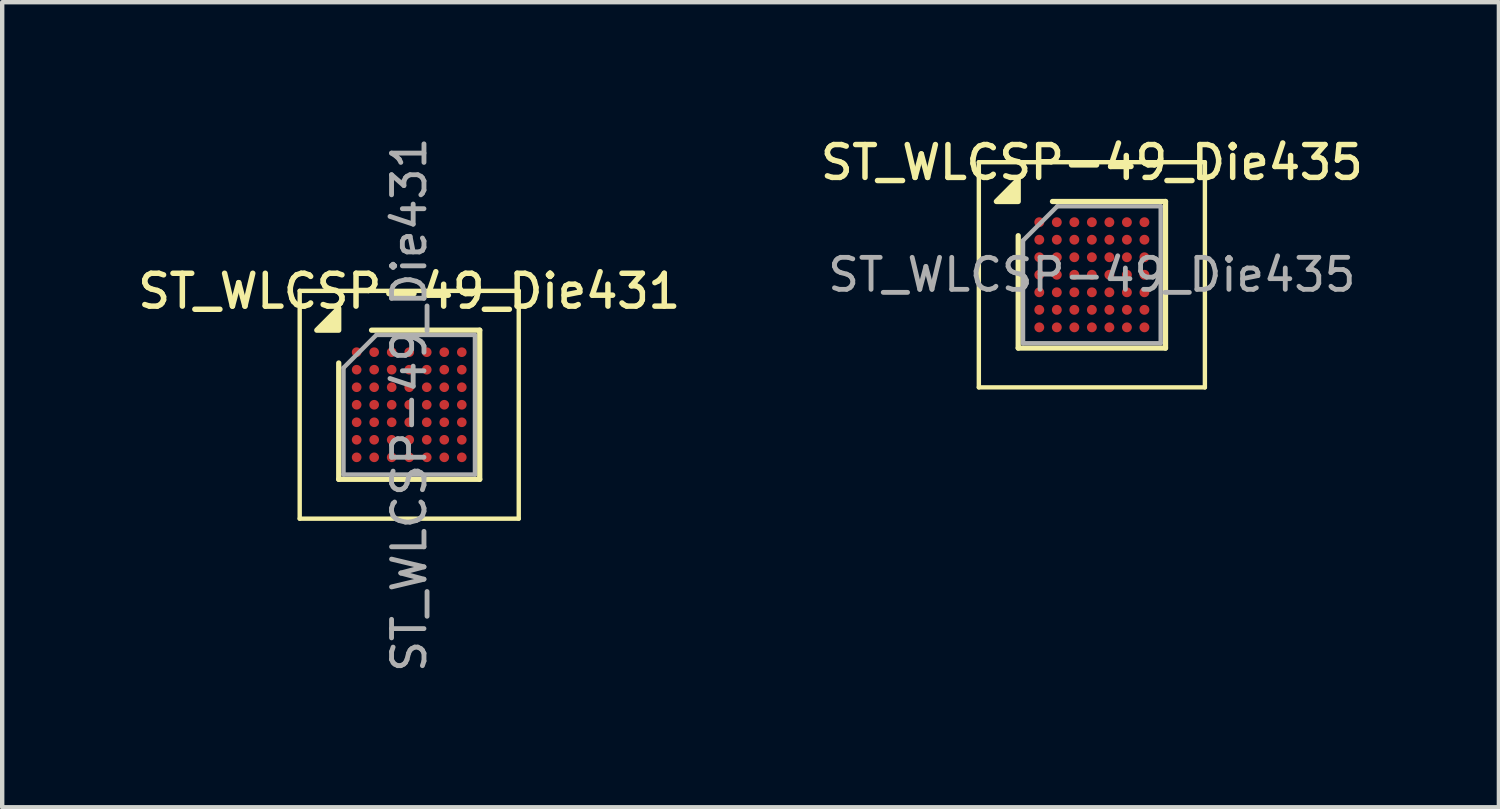
<source format=kicad_pcb>
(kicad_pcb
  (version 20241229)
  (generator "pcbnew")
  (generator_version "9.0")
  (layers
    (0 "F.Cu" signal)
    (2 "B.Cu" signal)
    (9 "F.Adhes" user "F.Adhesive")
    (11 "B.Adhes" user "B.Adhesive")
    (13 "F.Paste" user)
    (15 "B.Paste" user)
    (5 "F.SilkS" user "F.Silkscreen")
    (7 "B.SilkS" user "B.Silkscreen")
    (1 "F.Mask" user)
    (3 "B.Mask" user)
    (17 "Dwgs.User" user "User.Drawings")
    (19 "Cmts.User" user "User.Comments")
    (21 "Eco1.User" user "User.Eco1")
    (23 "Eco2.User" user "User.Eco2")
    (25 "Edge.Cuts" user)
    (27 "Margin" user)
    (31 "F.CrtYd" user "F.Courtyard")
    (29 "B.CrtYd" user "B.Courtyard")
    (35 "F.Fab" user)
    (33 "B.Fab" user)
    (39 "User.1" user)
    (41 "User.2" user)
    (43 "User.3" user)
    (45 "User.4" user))
  (footprint "ST_WLCSP-49_Die431"
    (layer "F.Cu")
    (at 6.291 6.189)
    (property "Reference" "ST_WLCSP-49_Die431" (at 0 -2.592 0) (layer "F.SilkS") (effects (font (size 0.75 0.75) (thickness 0.125))))
    (attr smd)
    (fp_line (start -2.5 -2.6) (end -2.5 2.6) (stroke (width 0.1) (type solid)) (layer "F.SilkS"))
    (fp_line (start -2.5 2.6) (end 2.5 2.6) (stroke (width 0.1) (type solid)) (layer "F.SilkS"))
    (fp_line (start -1.609 1.702) (end -1.609 -0.953) (stroke (width 0.12) (type solid)) (layer "F.SilkS"))
    (fp_line (start -0.86 -1.702) (end 1.609 -1.702) (stroke (width 0.12) (type solid)) (layer "F.SilkS"))
    (fp_line (start 1.609 -1.702) (end 1.609 1.702) (stroke (width 0.12) (type solid)) (layer "F.SilkS"))
    (fp_line (start 1.609 1.702) (end -1.609 1.702) (stroke (width 0.12) (type solid)) (layer "F.SilkS"))
    (fp_line (start 2.5 -2.6) (end -2.5 -2.6) (stroke (width 0.1) (type solid)) (layer "F.SilkS"))
    (fp_line (start 2.5 2.6) (end 2.5 -2.6) (stroke (width 0.1) (type solid)) (layer "F.SilkS"))
    (fp_poly (pts (xy -1.609 -1.702) (xy -2.11 -1.702) (xy -1.609 -2.203) (xy -1.609 -1.702)) (stroke (width 0.12) (type solid)) (fill yes) (layer "F.SilkS"))
    (fp_line (start -1.5 -0.843) (end -0.75 -1.593) (stroke (width 0.1) (type solid)) (layer "F.Fab"))
    (fp_line (start -1.5 1.593) (end -1.5 -0.843) (stroke (width 0.1) (type solid)) (layer "F.Fab"))
    (fp_line (start -0.75 -1.593) (end 1.5 -1.593) (stroke (width 0.1) (type solid)) (layer "F.Fab"))
    (fp_line (start 1.5 -1.593) (end 1.5 1.593) (stroke (width 0.1) (type solid)) (layer "F.Fab"))
    (fp_line (start 1.5 1.593) (end -1.5 1.593) (stroke (width 0.1) (type solid)) (layer "F.Fab"))
    (fp_text user "${REFERENCE}" (at 0 0 270) (layer "F.Fab") (effects (font (size 0.74 0.74) (thickness 0.111))))
    (pad "A1" smd circle (at -1.2 -1.2) (size 0.22 0.22) (property pad_prop_bga) (layers "F.Cu" "F.Mask" "F.Paste"))
    (pad "A2" smd circle (at -0.8 -1.2) (size 0.22 0.22) (property pad_prop_bga) (layers "F.Cu" "F.Mask" "F.Paste"))
    (pad "A3" smd circle (at -0.4 -1.2) (size 0.22 0.22) (property pad_prop_bga) (layers "F.Cu" "F.Mask" "F.Paste"))
    (pad "A4" smd circle (at 0 -1.2) (size 0.22 0.22) (property pad_prop_bga) (layers "F.Cu" "F.Mask" "F.Paste"))
    (pad "A5" smd circle (at 0.4 -1.2) (size 0.22 0.22) (property pad_prop_bga) (layers "F.Cu" "F.Mask" "F.Paste"))
    (pad "A6" smd circle (at 0.8 -1.2) (size 0.22 0.22) (property pad_prop_bga) (layers "F.Cu" "F.Mask" "F.Paste"))
    (pad "A7" smd circle (at 1.2 -1.2) (size 0.22 0.22) (property pad_prop_bga) (layers "F.Cu" "F.Mask" "F.Paste"))
    (pad "B1" smd circle (at -1.2 -0.8) (size 0.22 0.22) (property pad_prop_bga) (layers "F.Cu" "F.Mask" "F.Paste"))
    (pad "B2" smd circle (at -0.8 -0.8) (size 0.22 0.22) (property pad_prop_bga) (layers "F.Cu" "F.Mask" "F.Paste"))
    (pad "B3" smd circle (at -0.4 -0.8) (size 0.22 0.22) (property pad_prop_bga) (layers "F.Cu" "F.Mask" "F.Paste"))
    (pad "B4" smd circle (at 0 -0.8) (size 0.22 0.22) (property pad_prop_bga) (layers "F.Cu" "F.Mask" "F.Paste"))
    (pad "B5" smd circle (at 0.4 -0.8) (size 0.22 0.22) (property pad_prop_bga) (layers "F.Cu" "F.Mask" "F.Paste"))
    (pad "B6" smd circle (at 0.8 -0.8) (size 0.22 0.22) (property pad_prop_bga) (layers "F.Cu" "F.Mask" "F.Paste"))
    (pad "B7" smd circle (at 1.2 -0.8) (size 0.22 0.22) (property pad_prop_bga) (layers "F.Cu" "F.Mask" "F.Paste"))
    (pad "C1" smd circle (at -1.2 -0.4) (size 0.22 0.22) (property pad_prop_bga) (layers "F.Cu" "F.Mask" "F.Paste"))
    (pad "C2" smd circle (at -0.8 -0.4) (size 0.22 0.22) (property pad_prop_bga) (layers "F.Cu" "F.Mask" "F.Paste"))
    (pad "C3" smd circle (at -0.4 -0.4) (size 0.22 0.22) (property pad_prop_bga) (layers "F.Cu" "F.Mask" "F.Paste"))
    (pad "C4" smd circle (at 0 -0.4) (size 0.22 0.22) (property pad_prop_bga) (layers "F.Cu" "F.Mask" "F.Paste"))
    (pad "C5" smd circle (at 0.4 -0.4) (size 0.22 0.22) (property pad_prop_bga) (layers "F.Cu" "F.Mask" "F.Paste"))
    (pad "C6" smd circle (at 0.8 -0.4) (size 0.22 0.22) (property pad_prop_bga) (layers "F.Cu" "F.Mask" "F.Paste"))
    (pad "C7" smd circle (at 1.2 -0.4) (size 0.22 0.22) (property pad_prop_bga) (layers "F.Cu" "F.Mask" "F.Paste"))
    (pad "D1" smd circle (at -1.2 0) (size 0.22 0.22) (property pad_prop_bga) (layers "F.Cu" "F.Mask" "F.Paste"))
    (pad "D2" smd circle (at -0.8 0) (size 0.22 0.22) (property pad_prop_bga) (layers "F.Cu" "F.Mask" "F.Paste"))
    (pad "D3" smd circle (at -0.4 0) (size 0.22 0.22) (property pad_prop_bga) (layers "F.Cu" "F.Mask" "F.Paste"))
    (pad "D4" smd circle (at 0 0) (size 0.22 0.22) (property pad_prop_bga) (layers "F.Cu" "F.Mask" "F.Paste"))
    (pad "D5" smd circle (at 0.4 0) (size 0.22 0.22) (property pad_prop_bga) (layers "F.Cu" "F.Mask" "F.Paste"))
    (pad "D6" smd circle (at 0.8 0) (size 0.22 0.22) (property pad_prop_bga) (layers "F.Cu" "F.Mask" "F.Paste"))
    (pad "D7" smd circle (at 1.2 0) (size 0.22 0.22) (property pad_prop_bga) (layers "F.Cu" "F.Mask" "F.Paste"))
    (pad "E1" smd circle (at -1.2 0.4) (size 0.22 0.22) (property pad_prop_bga) (layers "F.Cu" "F.Mask" "F.Paste"))
    (pad "E2" smd circle (at -0.8 0.4) (size 0.22 0.22) (property pad_prop_bga) (layers "F.Cu" "F.Mask" "F.Paste"))
    (pad "E3" smd circle (at -0.4 0.4) (size 0.22 0.22) (property pad_prop_bga) (layers "F.Cu" "F.Mask" "F.Paste"))
    (pad "E4" smd circle (at 0 0.4) (size 0.22 0.22) (property pad_prop_bga) (layers "F.Cu" "F.Mask" "F.Paste"))
    (pad "E5" smd circle (at 0.4 0.4) (size 0.22 0.22) (property pad_prop_bga) (layers "F.Cu" "F.Mask" "F.Paste"))
    (pad "E6" smd circle (at 0.8 0.4) (size 0.22 0.22) (property pad_prop_bga) (layers "F.Cu" "F.Mask" "F.Paste"))
    (pad "E7" smd circle (at 1.2 0.4) (size 0.22 0.22) (property pad_prop_bga) (layers "F.Cu" "F.Mask" "F.Paste"))
    (pad "F1" smd circle (at -1.2 0.8) (size 0.22 0.22) (property pad_prop_bga) (layers "F.Cu" "F.Mask" "F.Paste"))
    (pad "F2" smd circle (at -0.8 0.8) (size 0.22 0.22) (property pad_prop_bga) (layers "F.Cu" "F.Mask" "F.Paste"))
    (pad "F3" smd circle (at -0.4 0.8) (size 0.22 0.22) (property pad_prop_bga) (layers "F.Cu" "F.Mask" "F.Paste"))
    (pad "F4" smd circle (at 0 0.8) (size 0.22 0.22) (property pad_prop_bga) (layers "F.Cu" "F.Mask" "F.Paste"))
    (pad "F5" smd circle (at 0.4 0.8) (size 0.22 0.22) (property pad_prop_bga) (layers "F.Cu" "F.Mask" "F.Paste"))
    (pad "F6" smd circle (at 0.8 0.8) (size 0.22 0.22) (property pad_prop_bga) (layers "F.Cu" "F.Mask" "F.Paste"))
    (pad "F7" smd circle (at 1.2 0.8) (size 0.22 0.22) (property pad_prop_bga) (layers "F.Cu" "F.Mask" "F.Paste"))
    (pad "G1" smd circle (at -1.2 1.2) (size 0.22 0.22) (property pad_prop_bga) (layers "F.Cu" "F.Mask" "F.Paste"))
    (pad "G2" smd circle (at -0.8 1.2) (size 0.22 0.22) (property pad_prop_bga) (layers "F.Cu" "F.Mask" "F.Paste"))
    (pad "G3" smd circle (at -0.4 1.2) (size 0.22 0.22) (property pad_prop_bga) (layers "F.Cu" "F.Mask" "F.Paste"))
    (pad "G4" smd circle (at 0 1.2) (size 0.22 0.22) (property pad_prop_bga) (layers "F.Cu" "F.Mask" "F.Paste"))
    (pad "G5" smd circle (at 0.4 1.2) (size 0.22 0.22) (property pad_prop_bga) (layers "F.Cu" "F.Mask" "F.Paste"))
    (pad "G6" smd circle (at 0.8 1.2) (size 0.22 0.22) (property pad_prop_bga) (layers "F.Cu" "F.Mask" "F.Paste"))
    (pad "G7" smd circle (at 1.2 1.2) (size 0.22 0.22) (property pad_prop_bga) (layers "F.Cu" "F.Mask" "F.Paste")))
  (footprint "ST_WLCSP-49_Die435"
    (layer "F.Cu")
    (at 21.873 3.222)
    (property "Reference" "ST_WLCSP-49_Die435" (at 0 -2.563 0) (layer "F.SilkS") (effects (font (size 0.75 0.75) (thickness 0.125))))
    (attr smd)
    (fp_line (start -2.58 -2.57) (end -2.58 2.57) (stroke (width 0.1) (type solid)) (layer "F.SilkS"))
    (fp_line (start -2.58 2.57) (end 2.58 2.57) (stroke (width 0.1) (type solid)) (layer "F.SilkS"))
    (fp_line (start -1.681 1.673) (end -1.681 -0.892) (stroke (width 0.12) (type solid)) (layer "F.SilkS"))
    (fp_line (start -0.899 -1.673) (end 1.681 -1.673) (stroke (width 0.12) (type solid)) (layer "F.SilkS"))
    (fp_line (start 1.681 -1.673) (end 1.681 1.673) (stroke (width 0.12) (type solid)) (layer "F.SilkS"))
    (fp_line (start 1.681 1.673) (end -1.681 1.673) (stroke (width 0.12) (type solid)) (layer "F.SilkS"))
    (fp_line (start 2.58 -2.57) (end -2.58 -2.57) (stroke (width 0.1) (type solid)) (layer "F.SilkS"))
    (fp_line (start 2.58 2.57) (end 2.58 -2.57) (stroke (width 0.1) (type solid)) (layer "F.SilkS"))
    (fp_poly (pts (xy -1.681 -1.673) (xy -2.18 -1.673) (xy -1.681 -2.174) (xy -1.681 -1.673)) (stroke (width 0.12) (type solid)) (fill yes) (layer "F.SilkS"))
    (fp_line (start -1.571 -0.782) (end -0.789 -1.563) (stroke (width 0.1) (type solid)) (layer "F.Fab"))
    (fp_line (start -1.571 1.563) (end -1.571 -0.782) (stroke (width 0.1) (type solid)) (layer "F.Fab"))
    (fp_line (start -0.789 -1.563) (end 1.571 -1.563) (stroke (width 0.1) (type solid)) (layer "F.Fab"))
    (fp_line (start 1.571 -1.563) (end 1.571 1.563) (stroke (width 0.1) (type solid)) (layer "F.Fab"))
    (fp_line (start 1.571 1.563) (end -1.571 1.563) (stroke (width 0.1) (type solid)) (layer "F.Fab"))
    (fp_text user "${REFERENCE}" (at 0 0 0) (layer "F.Fab") (effects (font (size 0.73 0.73) (thickness 0.11))))
    (pad "A1" smd circle (at -1.2 -1.2) (size 0.225 0.225) (property pad_prop_bga) (layers "F.Cu" "F.Mask" "F.Paste"))
    (pad "A2" smd circle (at -0.8 -1.2) (size 0.225 0.225) (property pad_prop_bga) (layers "F.Cu" "F.Mask" "F.Paste"))
    (pad "A3" smd circle (at -0.4 -1.2) (size 0.225 0.225) (property pad_prop_bga) (layers "F.Cu" "F.Mask" "F.Paste"))
    (pad "A4" smd circle (at 0 -1.2) (size 0.225 0.225) (property pad_prop_bga) (layers "F.Cu" "F.Mask" "F.Paste"))
    (pad "A5" smd circle (at 0.4 -1.2) (size 0.225 0.225) (property pad_prop_bga) (layers "F.Cu" "F.Mask" "F.Paste"))
    (pad "A6" smd circle (at 0.8 -1.2) (size 0.225 0.225) (property pad_prop_bga) (layers "F.Cu" "F.Mask" "F.Paste"))
    (pad "A7" smd circle (at 1.2 -1.2) (size 0.225 0.225) (property pad_prop_bga) (layers "F.Cu" "F.Mask" "F.Paste"))
    (pad "B1" smd circle (at -1.2 -0.8) (size 0.225 0.225) (property pad_prop_bga) (layers "F.Cu" "F.Mask" "F.Paste"))
    (pad "B2" smd circle (at -0.8 -0.8) (size 0.225 0.225) (property pad_prop_bga) (layers "F.Cu" "F.Mask" "F.Paste"))
    (pad "B3" smd circle (at -0.4 -0.8) (size 0.225 0.225) (property pad_prop_bga) (layers "F.Cu" "F.Mask" "F.Paste"))
    (pad "B4" smd circle (at 0 -0.8) (size 0.225 0.225) (property pad_prop_bga) (layers "F.Cu" "F.Mask" "F.Paste"))
    (pad "B5" smd circle (at 0.4 -0.8) (size 0.225 0.225) (property pad_prop_bga) (layers "F.Cu" "F.Mask" "F.Paste"))
    (pad "B6" smd circle (at 0.8 -0.8) (size 0.225 0.225) (property pad_prop_bga) (layers "F.Cu" "F.Mask" "F.Paste"))
    (pad "B7" smd circle (at 1.2 -0.8) (size 0.225 0.225) (property pad_prop_bga) (layers "F.Cu" "F.Mask" "F.Paste"))
    (pad "C1" smd circle (at -1.2 -0.4) (size 0.225 0.225) (property pad_prop_bga) (layers "F.Cu" "F.Mask" "F.Paste"))
    (pad "C2" smd circle (at -0.8 -0.4) (size 0.225 0.225) (property pad_prop_bga) (layers "F.Cu" "F.Mask" "F.Paste"))
    (pad "C3" smd circle (at -0.4 -0.4) (size 0.225 0.225) (property pad_prop_bga) (layers "F.Cu" "F.Mask" "F.Paste"))
    (pad "C4" smd circle (at 0 -0.4) (size 0.225 0.225) (property pad_prop_bga) (layers "F.Cu" "F.Mask" "F.Paste"))
    (pad "C5" smd circle (at 0.4 -0.4) (size 0.225 0.225) (property pad_prop_bga) (layers "F.Cu" "F.Mask" "F.Paste"))
    (pad "C6" smd circle (at 0.8 -0.4) (size 0.225 0.225) (property pad_prop_bga) (layers "F.Cu" "F.Mask" "F.Paste"))
    (pad "C7" smd circle (at 1.2 -0.4) (size 0.225 0.225) (property pad_prop_bga) (layers "F.Cu" "F.Mask" "F.Paste"))
    (pad "D1" smd circle (at -1.2 0) (size 0.225 0.225) (property pad_prop_bga) (layers "F.Cu" "F.Mask" "F.Paste"))
    (pad "D2" smd circle (at -0.8 0) (size 0.225 0.225) (property pad_prop_bga) (layers "F.Cu" "F.Mask" "F.Paste"))
    (pad "D3" smd circle (at -0.4 0) (size 0.225 0.225) (property pad_prop_bga) (layers "F.Cu" "F.Mask" "F.Paste"))
    (pad "D4" smd circle (at 0 0) (size 0.225 0.225) (property pad_prop_bga) (layers "F.Cu" "F.Mask" "F.Paste"))
    (pad "D5" smd circle (at 0.4 0) (size 0.225 0.225) (property pad_prop_bga) (layers "F.Cu" "F.Mask" "F.Paste"))
    (pad "D6" smd circle (at 0.8 0) (size 0.225 0.225) (property pad_prop_bga) (layers "F.Cu" "F.Mask" "F.Paste"))
    (pad "D7" smd circle (at 1.2 0) (size 0.225 0.225) (property pad_prop_bga) (layers "F.Cu" "F.Mask" "F.Paste"))
    (pad "E1" smd circle (at -1.2 0.4) (size 0.225 0.225) (property pad_prop_bga) (layers "F.Cu" "F.Mask" "F.Paste"))
    (pad "E2" smd circle (at -0.8 0.4) (size 0.225 0.225) (property pad_prop_bga) (layers "F.Cu" "F.Mask" "F.Paste"))
    (pad "E3" smd circle (at -0.4 0.4) (size 0.225 0.225) (property pad_prop_bga) (layers "F.Cu" "F.Mask" "F.Paste"))
    (pad "E4" smd circle (at 0 0.4) (size 0.225 0.225) (property pad_prop_bga) (layers "F.Cu" "F.Mask" "F.Paste"))
    (pad "E5" smd circle (at 0.4 0.4) (size 0.225 0.225) (property pad_prop_bga) (layers "F.Cu" "F.Mask" "F.Paste"))
    (pad "E6" smd circle (at 0.8 0.4) (size 0.225 0.225) (property pad_prop_bga) (layers "F.Cu" "F.Mask" "F.Paste"))
    (pad "E7" smd circle (at 1.2 0.4) (size 0.225 0.225) (property pad_prop_bga) (layers "F.Cu" "F.Mask" "F.Paste"))
    (pad "F1" smd circle (at -1.2 0.8) (size 0.225 0.225) (property pad_prop_bga) (layers "F.Cu" "F.Mask" "F.Paste"))
    (pad "F2" smd circle (at -0.8 0.8) (size 0.225 0.225) (property pad_prop_bga) (layers "F.Cu" "F.Mask" "F.Paste"))
    (pad "F3" smd circle (at -0.4 0.8) (size 0.225 0.225) (property pad_prop_bga) (layers "F.Cu" "F.Mask" "F.Paste"))
    (pad "F4" smd circle (at 0 0.8) (size 0.225 0.225) (property pad_prop_bga) (layers "F.Cu" "F.Mask" "F.Paste"))
    (pad "F5" smd circle (at 0.4 0.8) (size 0.225 0.225) (property pad_prop_bga) (layers "F.Cu" "F.Mask" "F.Paste"))
    (pad "F6" smd circle (at 0.8 0.8) (size 0.225 0.225) (property pad_prop_bga) (layers "F.Cu" "F.Mask" "F.Paste"))
    (pad "F7" smd circle (at 1.2 0.8) (size 0.225 0.225) (property pad_prop_bga) (layers "F.Cu" "F.Mask" "F.Paste"))
    (pad "G1" smd circle (at -1.2 1.2) (size 0.225 0.225) (property pad_prop_bga) (layers "F.Cu" "F.Mask" "F.Paste"))
    (pad "G2" smd circle (at -0.8 1.2) (size 0.225 0.225) (property pad_prop_bga) (layers "F.Cu" "F.Mask" "F.Paste"))
    (pad "G3" smd circle (at -0.4 1.2) (size 0.225 0.225) (property pad_prop_bga) (layers "F.Cu" "F.Mask" "F.Paste"))
    (pad "G4" smd circle (at 0 1.2) (size 0.225 0.225) (property pad_prop_bga) (layers "F.Cu" "F.Mask" "F.Paste"))
    (pad "G5" smd circle (at 0.4 1.2) (size 0.225 0.225) (property pad_prop_bga) (layers "F.Cu" "F.Mask" "F.Paste"))
    (pad "G6" smd circle (at 0.8 1.2) (size 0.225 0.225) (property pad_prop_bga) (layers "F.Cu" "F.Mask" "F.Paste"))
    (pad "G7" smd circle (at 1.2 1.2) (size 0.225 0.225) (property pad_prop_bga) (layers "F.Cu" "F.Mask" "F.Paste")))
  (gr_rect
    (start -3 -3)
    (end 31.164 15.377)
    (stroke (width 0.1) (type default))
    (fill no)
    (layer "Edge.Cuts")))
</source>
